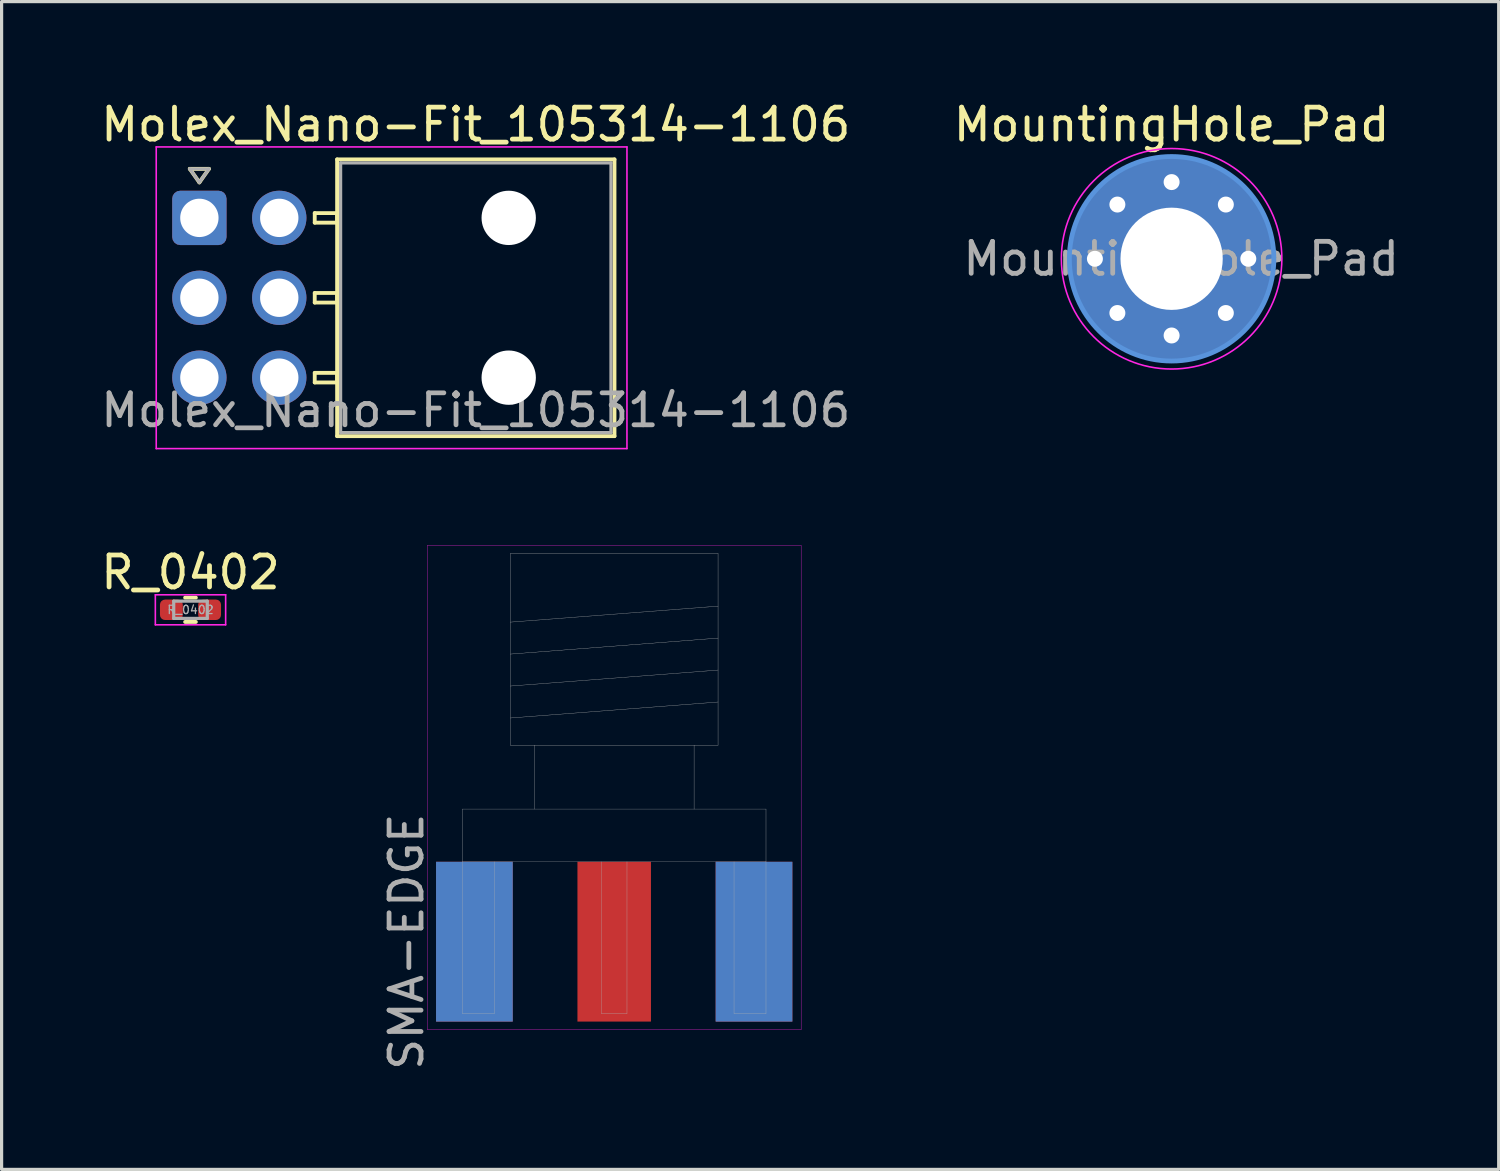
<source format=kicad_pcb>
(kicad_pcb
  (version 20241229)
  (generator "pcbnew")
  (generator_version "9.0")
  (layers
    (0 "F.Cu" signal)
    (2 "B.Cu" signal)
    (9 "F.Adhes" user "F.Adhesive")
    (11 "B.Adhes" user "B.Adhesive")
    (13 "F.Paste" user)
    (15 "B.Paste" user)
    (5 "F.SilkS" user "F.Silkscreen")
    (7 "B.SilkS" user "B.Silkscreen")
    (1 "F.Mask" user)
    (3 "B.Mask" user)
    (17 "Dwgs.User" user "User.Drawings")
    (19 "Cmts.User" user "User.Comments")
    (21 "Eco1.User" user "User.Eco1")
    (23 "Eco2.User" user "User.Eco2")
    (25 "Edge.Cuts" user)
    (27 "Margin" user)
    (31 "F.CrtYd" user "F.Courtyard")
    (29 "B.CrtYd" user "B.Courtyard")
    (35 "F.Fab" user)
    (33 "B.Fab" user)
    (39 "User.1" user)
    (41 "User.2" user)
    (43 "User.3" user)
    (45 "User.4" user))
  (footprint "Molex_Nano-Fit_105314-1106"
    (layer "F.Cu")
    (at 3.189 3.768)
    (property "Reference" "Molex_Nano-Fit_105314-1106" (at 8.65 -2.92 0) (layer "F.SilkS") (effects (font (size 1 1) (thickness 0.15))))
    (attr through_hole)
    (fp_line (start -0.3 -1.534) (end 0 -1.11) (stroke (width 0.12) (type solid)) (layer "F.SilkS"))
    (fp_line (start 0 -1.11) (end 0.3 -1.534) (stroke (width 0.12) (type solid)) (layer "F.SilkS"))
    (fp_line (start 0.3 -1.534) (end -0.3 -1.534) (stroke (width 0.12) (type solid)) (layer "F.SilkS"))
    (fp_line (start 3.61 -0.15) (end 3.61 0.15) (stroke (width 0.12) (type solid)) (layer "F.SilkS"))
    (fp_line (start 3.61 0.15) (end 4.31 0.15) (stroke (width 0.12) (type solid)) (layer "F.SilkS"))
    (fp_line (start 3.61 2.35) (end 3.61 2.65) (stroke (width 0.12) (type solid)) (layer "F.SilkS"))
    (fp_line (start 3.61 2.65) (end 4.31 2.65) (stroke (width 0.12) (type solid)) (layer "F.SilkS"))
    (fp_line (start 3.61 4.85) (end 3.61 5.15) (stroke (width 0.12) (type solid)) (layer "F.SilkS"))
    (fp_line (start 3.61 5.15) (end 4.31 5.15) (stroke (width 0.12) (type solid)) (layer "F.SilkS"))
    (fp_line (start 4.31 -1.83) (end 4.31 6.83) (stroke (width 0.12) (type solid)) (layer "F.SilkS"))
    (fp_line (start 4.31 -0.15) (end 3.61 -0.15) (stroke (width 0.12) (type solid)) (layer "F.SilkS"))
    (fp_line (start 4.31 0.15) (end 4.31 -0.15) (stroke (width 0.12) (type solid)) (layer "F.SilkS"))
    (fp_line (start 4.31 2.35) (end 3.61 2.35) (stroke (width 0.12) (type solid)) (layer "F.SilkS"))
    (fp_line (start 4.31 2.65) (end 4.31 2.35) (stroke (width 0.12) (type solid)) (layer "F.SilkS"))
    (fp_line (start 4.31 4.85) (end 3.61 4.85) (stroke (width 0.12) (type solid)) (layer "F.SilkS"))
    (fp_line (start 4.31 5.15) (end 4.31 4.85) (stroke (width 0.12) (type solid)) (layer "F.SilkS"))
    (fp_line (start 4.31 6.83) (end 12.99 6.83) (stroke (width 0.12) (type solid)) (layer "F.SilkS"))
    (fp_line (start 12.99 -1.83) (end 4.31 -1.83) (stroke (width 0.12) (type solid)) (layer "F.SilkS"))
    (fp_line (start 12.99 6.83) (end 12.99 -1.83) (stroke (width 0.12) (type solid)) (layer "F.SilkS"))
    (fp_line (start -1.35 -2.22) (end -1.35 7.22) (stroke (width 0.05) (type solid)) (layer "F.CrtYd"))
    (fp_line (start -1.35 7.22) (end 13.38 7.22) (stroke (width 0.05) (type solid)) (layer "F.CrtYd"))
    (fp_line (start 13.38 -2.22) (end -1.35 -2.22) (stroke (width 0.05) (type solid)) (layer "F.CrtYd"))
    (fp_line (start 13.38 7.22) (end 13.38 -2.22) (stroke (width 0.05) (type solid)) (layer "F.CrtYd"))
    (fp_line (start -0.3 -1.534) (end 0 -1.11) (stroke (width 0.1) (type solid)) (layer "F.Fab"))
    (fp_line (start 0 -1.11) (end 0.3 -1.534) (stroke (width 0.1) (type solid)) (layer "F.Fab"))
    (fp_line (start 0.3 -1.534) (end -0.3 -1.534) (stroke (width 0.1) (type solid)) (layer "F.Fab"))
    (fp_line (start 4.42 -1.72) (end 4.42 6.72) (stroke (width 0.1) (type solid)) (layer "F.Fab"))
    (fp_line (start 4.42 6.72) (end 12.88 6.72) (stroke (width 0.1) (type solid)) (layer "F.Fab"))
    (fp_line (start 12.88 -1.72) (end 4.42 -1.72) (stroke (width 0.1) (type solid)) (layer "F.Fab"))
    (fp_line (start 12.88 6.72) (end 12.88 -1.72) (stroke (width 0.1) (type solid)) (layer "F.Fab"))
    (fp_text user "${REFERENCE}" (at 8.65 6.02 0) (layer "F.Fab") (effects (font (size 1 1) (thickness 0.15))))
    (pad "" np_thru_hole circle (at 9.68 0) (size 1.7 1.7) (drill 1.7) (layers "*.Cu" "*.Mask"))
    (pad "" np_thru_hole circle (at 9.68 5) (size 1.7 1.7) (drill 1.7) (layers "*.Cu" "*.Mask"))
    (pad "1" thru_hole roundrect (at 0 0) (size 1.7 1.7) (drill 1.2) (layers "*.Cu" "*.Mask") (roundrect_rratio 0.147))
    (pad "2" thru_hole circle (at 2.5 0) (size 1.7 1.7) (drill 1.2) (layers "*.Cu" "*.Mask"))
    (pad "3" thru_hole circle (at 0 2.5) (size 1.7 1.7) (drill 1.2) (layers "*.Cu" "*.Mask"))
    (pad "4" thru_hole circle (at 2.5 2.5) (size 1.7 1.7) (drill 1.2) (layers "*.Cu" "*.Mask"))
    (pad "5" thru_hole circle (at 0 5) (size 1.7 1.7) (drill 1.2) (layers "*.Cu" "*.Mask"))
    (pad "6" thru_hole circle (at 2.5 5) (size 1.7 1.7) (drill 1.2) (layers "*.Cu" "*.Mask")))
  (footprint "SMA-EDGE"
    (layer "F.Cu")
    (at 16.17 26.418)
    (property "Reference" "SMA-EDGE" (at -6.5 0 90) (layer "F.Fab") (effects (font (size 1 1) (thickness 0.15))))
    (attr through_hole)
    (fp_line (start -5.85 -12.4) (end -5.85 2.75) (stroke (width 0.01) (type solid)) (layer "F.CrtYd"))
    (fp_line (start -5.85 2.75) (end 5.85 2.75) (stroke (width 0.01) (type solid)) (layer "F.CrtYd"))
    (fp_line (start 5.85 -12.4) (end -5.85 -12.4) (stroke (width 0.01) (type solid)) (layer "F.CrtYd"))
    (fp_line (start 5.85 2.75) (end 5.85 -12.4) (stroke (width 0.01) (type solid)) (layer "F.CrtYd"))
    (fp_line (start -4.75 -4.15) (end 4.75 -4.15) (stroke (width 0.01) (type solid)) (layer "F.Fab"))
    (fp_line (start -4.75 -2.5) (end -4.75 -4.15) (stroke (width 0.01) (type solid)) (layer "F.Fab"))
    (fp_line (start -4.75 -2.5) (end -4.75 2.25) (stroke (width 0.01) (type solid)) (layer "F.Fab"))
    (fp_line (start -4.75 -2.5) (end 4.75 -2.5) (stroke (width 0.01) (type solid)) (layer "F.Fab"))
    (fp_line (start -4.75 2.25) (end -3.75 2.25) (stroke (width 0.01) (type solid)) (layer "F.Fab"))
    (fp_line (start -3.75 2.25) (end -3.75 -2.5) (stroke (width 0.01) (type solid)) (layer "F.Fab"))
    (fp_line (start -3.25 -12.15) (end 3.25 -12.15) (stroke (width 0.01) (type solid)) (layer "F.Fab"))
    (fp_line (start -3.25 -6.15) (end -3.25 -12.15) (stroke (width 0.01) (type solid)) (layer "F.Fab"))
    (fp_line (start -2.5 -4.15) (end -2.5 -6.15) (stroke (width 0.01) (type solid)) (layer "F.Fab"))
    (fp_line (start -0.4 -2.5) (end -0.4 2.25) (stroke (width 0.01) (type solid)) (layer "F.Fab"))
    (fp_line (start -0.4 2.25) (end 0.4 2.25) (stroke (width 0.01) (type solid)) (layer "F.Fab"))
    (fp_line (start 0.4 2.25) (end 0.4 -2.5) (stroke (width 0.01) (type solid)) (layer "F.Fab"))
    (fp_line (start 2.5 -6.15) (end 2.5 -4.15) (stroke (width 0.01) (type solid)) (layer "F.Fab"))
    (fp_line (start 3.25 -12.15) (end 3.25 -6.15) (stroke (width 0.01) (type solid)) (layer "F.Fab"))
    (fp_line (start 3.25 -10.5) (end -3.25 -10) (stroke (width 0.01) (type solid)) (layer "F.Fab"))
    (fp_line (start 3.25 -9.5) (end -3.25 -9) (stroke (width 0.01) (type solid)) (layer "F.Fab"))
    (fp_line (start 3.25 -8.5) (end -3.25 -8) (stroke (width 0.01) (type solid)) (layer "F.Fab"))
    (fp_line (start 3.25 -7.5) (end -3.25 -7) (stroke (width 0.01) (type solid)) (layer "F.Fab"))
    (fp_line (start 3.25 -6.15) (end -3.25 -6.15) (stroke (width 0.01) (type solid)) (layer "F.Fab"))
    (fp_line (start 3.75 2.25) (end 3.75 -2.5) (stroke (width 0.01) (type solid)) (layer "F.Fab"))
    (fp_line (start 4.75 -4.15) (end 4.75 -2.5) (stroke (width 0.01) (type solid)) (layer "F.Fab"))
    (fp_line (start 4.75 -2.5) (end 4.75 2.25) (stroke (width 0.01) (type solid)) (layer "F.Fab"))
    (fp_line (start 4.75 2.25) (end 3.75 2.25) (stroke (width 0.01) (type solid)) (layer "F.Fab"))
    (pad "1" smd rect (at 0 0) (size 2.3 5) (layers "F.Cu" "F.Mask" "F.Paste"))
    (pad "2" smd rect (at -4.375 0) (size 2.4 5) (layers "F.Cu" "F.Mask" "F.Paste"))
    (pad "2" smd rect (at -4.375 0) (size 2.4 5) (layers "B.Cu" "B.Mask" "B.Paste"))
    (pad "2" smd rect (at 4.375 0) (size 2.4 5) (layers "F.Cu" "F.Mask" "F.Paste"))
    (pad "2" smd rect (at 4.375 0) (size 2.4 5) (layers "B.Cu" "B.Mask" "B.Paste")))
  (footprint "R_0402"
    (layer "F.Cu")
    (at 2.911 16.032)
    (property "Reference" "R_0402" (at 0 -1.17 0) (layer "F.SilkS") (effects (font (size 1 1) (thickness 0.15))))
    (attr smd)
    (fp_line (start -0.168 -0.38) (end 0.168 -0.38) (stroke (width 0.12) (type solid)) (layer "F.SilkS"))
    (fp_line (start -0.168 0.38) (end 0.168 0.38) (stroke (width 0.12) (type solid)) (layer "F.SilkS"))
    (fp_line (start -1.1 -0.47) (end 1.1 -0.47) (stroke (width 0.05) (type solid)) (layer "F.CrtYd"))
    (fp_line (start -1.1 0.47) (end -1.1 -0.47) (stroke (width 0.05) (type solid)) (layer "F.CrtYd"))
    (fp_line (start 1.1 -0.47) (end 1.1 0.47) (stroke (width 0.05) (type solid)) (layer "F.CrtYd"))
    (fp_line (start 1.1 0.47) (end -1.1 0.47) (stroke (width 0.05) (type solid)) (layer "F.CrtYd"))
    (fp_line (start -0.525 -0.27) (end 0.525 -0.27) (stroke (width 0.1) (type solid)) (layer "F.Fab"))
    (fp_line (start -0.525 0.27) (end -0.525 -0.27) (stroke (width 0.1) (type solid)) (layer "F.Fab"))
    (fp_line (start 0.525 -0.27) (end 0.525 0.27) (stroke (width 0.1) (type solid)) (layer "F.Fab"))
    (fp_line (start 0.525 0.27) (end -0.525 0.27) (stroke (width 0.1) (type solid)) (layer "F.Fab"))
    (fp_text user "${REFERENCE}" (at 0 0 0) (layer "F.Fab") (effects (font (size 0.26 0.26) (thickness 0.04))))
    (pad "1" smd roundrect (at -0.598 0) (size 0.715 0.64) (layers "F.Cu" "F.Mask" "F.Paste") (roundrect_rratio 0.25))
    (pad "2" smd roundrect (at 0.598 0) (size 0.715 0.64) (layers "F.Cu" "F.Mask" "F.Paste") (roundrect_rratio 0.25)))
  (footprint "MountingHole_Pad"
    (layer "F.Cu")
    (at 33.613 5.048)
    (property "Reference" "MountingHole_Pad" (at 0 -4.2 0) (layer "F.SilkS") (effects (font (size 1 1) (thickness 0.15))))
    (attr exclude_from_pos_files exclude_from_bom)
    (fp_circle (center 0 0) (end 3.2 0) (stroke (width 0.15) (type solid)) (fill no) (layer "Cmts.User"))
    (fp_circle (center 0 0) (end 3.45 0) (stroke (width 0.05) (type solid)) (fill no) (layer "F.CrtYd"))
    (fp_text user "${REFERENCE}" (at 0.3 0 0) (layer "F.Fab") (effects (font (size 1 1) (thickness 0.15))))
    (pad "1" thru_hole circle (at -2.4 0) (size 0.8 0.8) (drill 0.5) (layers "*.Cu" "*.Mask"))
    (pad "1" thru_hole circle (at -1.697 -1.697) (size 0.8 0.8) (drill 0.5) (layers "*.Cu" "*.Mask"))
    (pad "1" thru_hole circle (at -1.697 1.697) (size 0.8 0.8) (drill 0.5) (layers "*.Cu" "*.Mask"))
    (pad "1" thru_hole circle (at 0 -2.4) (size 0.8 0.8) (drill 0.5) (layers "*.Cu" "*.Mask"))
    (pad "1" thru_hole circle (at 0 0) (size 6.4 6.4) (drill 3.2) (layers "*.Cu" "*.Mask"))
    (pad "1" thru_hole circle (at 0 2.4) (size 0.8 0.8) (drill 0.5) (layers "*.Cu" "*.Mask"))
    (pad "1" thru_hole circle (at 1.697 -1.697) (size 0.8 0.8) (drill 0.5) (layers "*.Cu" "*.Mask"))
    (pad "1" thru_hole circle (at 1.697 1.697) (size 0.8 0.8) (drill 0.5) (layers "*.Cu" "*.Mask"))
    (pad "1" thru_hole circle (at 2.4 0) (size 0.8 0.8) (drill 0.5) (layers "*.Cu" "*.Mask")))
  (gr_rect
    (start -3 -3)
    (end 43.848 33.543)
    (stroke (width 0.1) (type default))
    (fill no)
    (layer "Edge.Cuts")))
</source>
